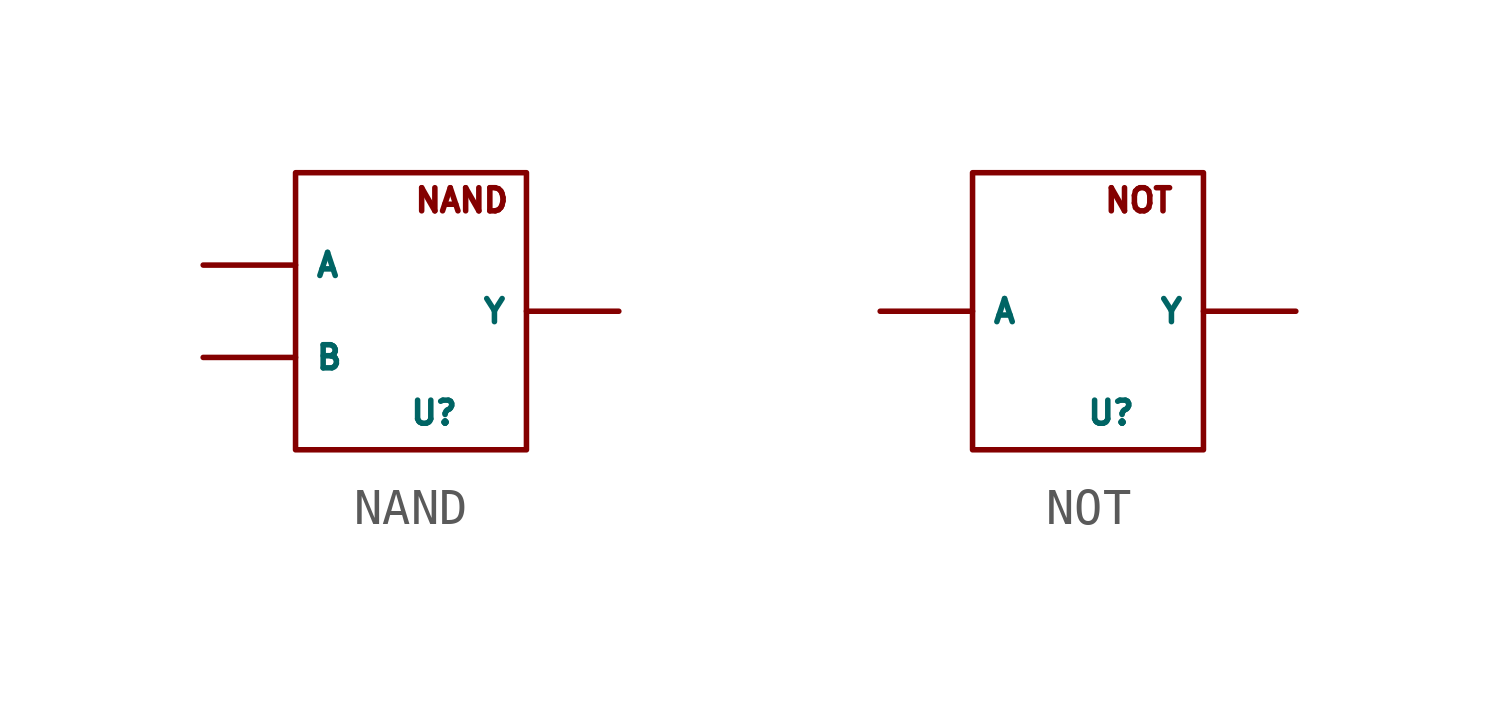
<source format=kicad_sym>
(kicad_symbol_lib
  (version 20241209)
  (generator "kicad_symbol_editor")
  (generator_version "9.0")
  (symbol "NAND"
    (pin_numbers
      (hide yes))
    (property "Reference" "U"
      (at 1.27 -1.524 0)
      (do_not_autoplace)
      (effects (font (size 0.635 0.635))))
    (property "Value" ""
      (at 0 0 0)
      (effects (font (size 1.27 1.27))))
    (symbol "NAND_0_1"
      (rectangle (start -2.54 5.08) (end 3.81 -2.54) (stroke (width 0) (type default)) (fill (type none))))
    (symbol "NAND_1_1"
      (text "NAND" (at 2.032 4.318 0) (effects (font (size 0.635 0.635))))
      (pin input line (at -5.08 2.54 0) (length 2.54) (name "A" (effects (font (size 0.635 0.635)))) (number "A" (effects (font (size 1.27 1.27)))))
      (pin input line (at -5.08 0 0) (length 2.54) (name "B" (effects (font (size 0.635 0.635)))) (number "B" (effects (font (size 1.27 1.27)))))
      (pin output line (at 6.35 1.27 180) (length 2.54) (name "Y" (effects (font (size 0.635 0.635)))) (number "Y" (effects (font (size 1.27 1.27)))))))
  (symbol "NOT"
    (pin_numbers
      (hide yes))
    (property "Reference" "U"
      (at 1.27 -1.524 0)
      (do_not_autoplace)
      (effects (font (size 0.635 0.635))))
    (property "Value" ""
      (at 0 0 0)
      (effects (font (size 1.27 1.27))))
    (symbol "NOT_0_1"
      (rectangle (start -2.54 5.08) (end 3.81 -2.54) (stroke (width 0) (type default)) (fill (type none))))
    (symbol "NOT_1_1"
      (text "NOT" (at 2.032 4.318 0) (effects (font (size 0.635 0.635))))
      (pin input line (at -5.08 1.27 0) (length 2.54) (name "A" (effects (font (size 0.635 0.635)))) (number "A" (effects (font (size 1.27 1.27)))))
      (pin output line (at 6.35 1.27 180) (length 2.54) (name "Y" (effects (font (size 0.635 0.635)))) (number "Y" (effects (font (size 1.27 1.27))))))))
</source>
